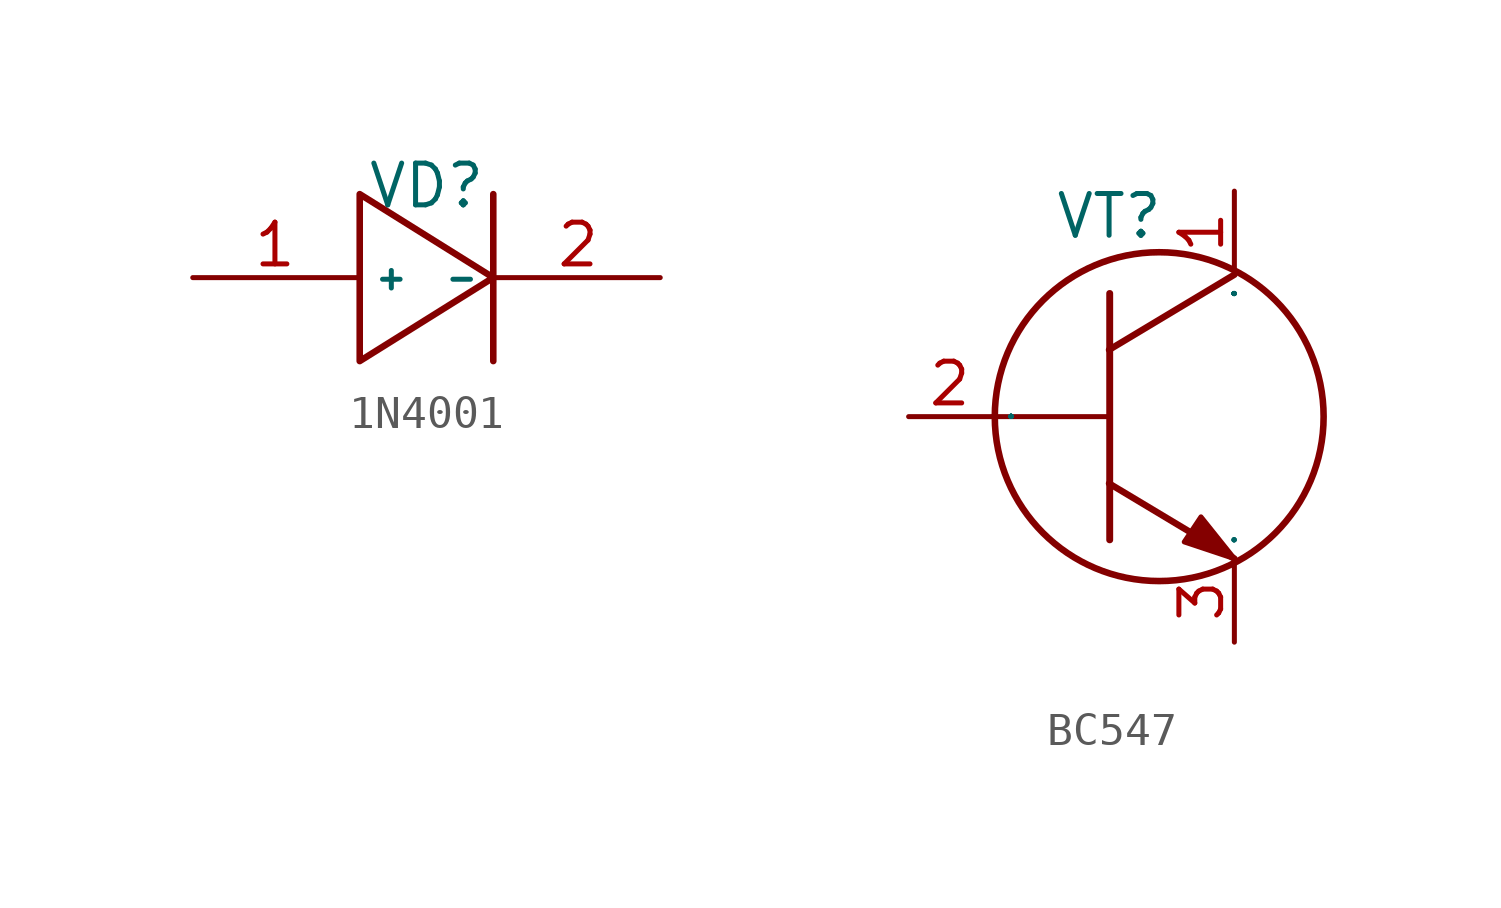
<source format=kicad_sym>
(kicad_symbol_lib
  (version 20231120)
  (generator "kicad_symbol_editor")
  (generator_version "8.0")
  (symbol "1N4001"
    (property "Reference" "VD"
      (at 0 2.794 0)
      (effects (font (size 1.27 1.27))))
    (symbol "1N4001_0_1"
      (polyline (pts (xy 2.032 2.54) (xy 2.032 -2.54)) (stroke (width 0.2) (type default)) (fill (type none)))
      (polyline (pts (xy -2.032 2.54) (xy -2.032 -2.54) (xy 2.032 0) (xy -2.032 2.54)) (stroke (width 0.2) (type default)) (fill (type none))))
    (symbol "1N4001_1_1"
      (pin passive line (at -7.112 0 0) (length 5) (name "+" (effects (font (size 0.7 0.7)))) (number "1" (effects (font (size 1.27 1.27)))))
      (pin passive line (at 7.112 0 180) (length 5) (name "-" (effects (font (size 0.7 0.7)))) (number "2" (effects (font (size 1.27 1.27)))))))
  (symbol "BC547"
    (property "Reference" "VT"
      (at -1.524 6.096 0)
      (effects (font (size 1.27 1.27))))
    (symbol "BC547_0_1"
      (rectangle (start -1.51 3.75) (end -1.5 -3.75) (stroke (width 0.2) (type default)) (fill (type none)))
      (polyline (pts (xy -5.08 0) (xy -1.524 0)) (stroke (width 0) (type default)) (fill (type none)))
      (polyline (pts (xy 2.286 -4.318) (xy -1.524 -2.032)) (stroke (width 0.2) (type default)) (fill (type none)))
      (polyline (pts (xy 2.286 4.318) (xy -1.524 2.032)) (stroke (width 0.2) (type default)) (fill (type none)))
      (polyline (pts (xy 2.286 -4.318) (xy 1.27 -3.048) (xy 0.762 -3.81) (xy 2.286 -4.318)) (stroke (width 0) (type default)) (fill (type outline)))
      (circle (center 0 0) (radius 5) (stroke (width 0.2) (type default)) (fill (type none))))
    (symbol "BC547_1_1"
      (pin passive line (at 2.286 6.858 270) (length 2.5) (name "C" (effects (font (size 0.01 0.01)))) (number "1" (effects (font (size 1.27 1.27)))))
      (pin input line (at -7.62 0 0) (length 2.5) (name "B" (effects (font (size 0.01 0.01)))) (number "2" (effects (font (size 1.27 1.27)))))
      (pin passive line (at 2.286 -6.858 90) (length 2.5) (name "E" (effects (font (size 0.01 0.01)))) (number "3" (effects (font (size 1.27 1.27))))))))
</source>
